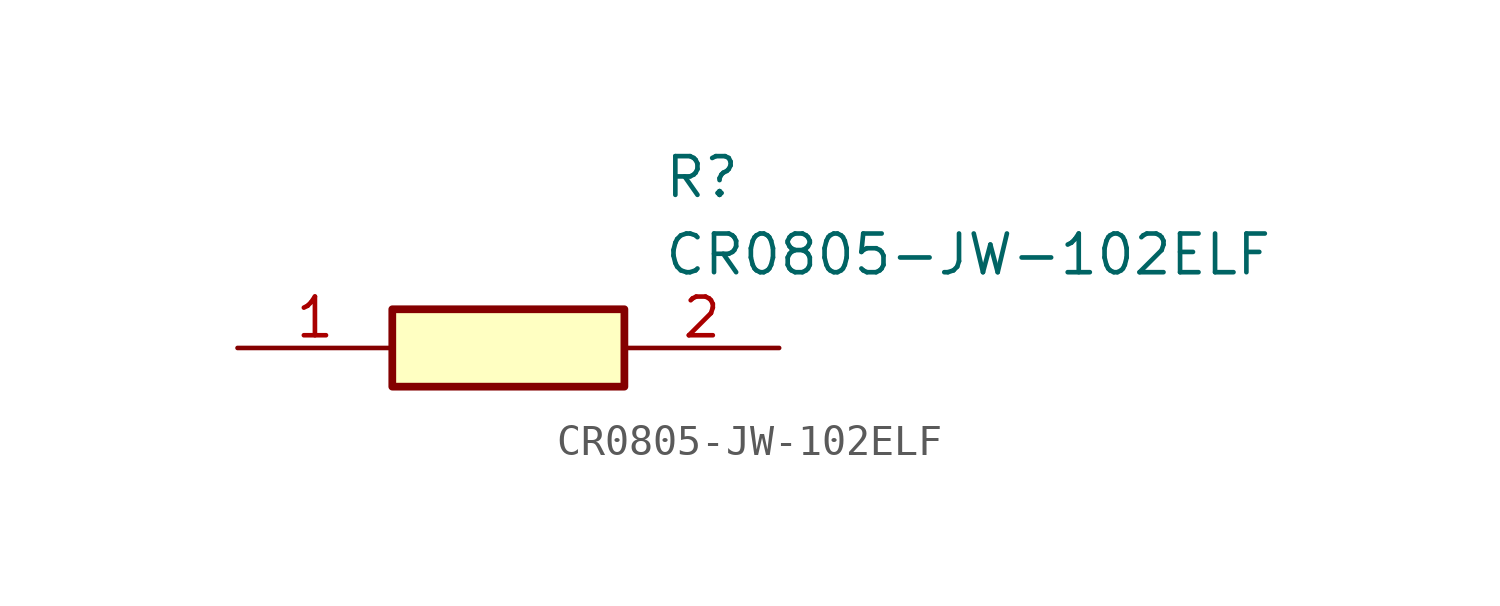
<source format=kicad_sym>
(kicad_symbol_lib
  (version 20211014)
  (generator SamacSys_ECAD_Model)
  (symbol "CR0805-JW-102ELF"
    (pin_names hide)
    (property "Reference" "R"
      (at 13.97 6.35 0)
      (effects (font (size 1.27 1.27)) (justify left top)))
    (property "Value" "CR0805-JW-102ELF"
      (at 13.97 3.81 0)
      (effects (font (size 1.27 1.27)) (justify left top)))
    (rectangle
      (start 5.08 1.27)
      (end 12.7 -1.27)
      (stroke (width 0.254) (type default))
      (fill (type background)))
    (pin passive line
      (at 0 0 0)
      (length 5.08)
      (name "1" (effects (font (size 1.27 1.27))))
      (number "1" (effects (font (size 1.27 1.27)))))
    (pin passive line
      (at 17.78 0 180)
      (length 5.08)
      (name "2" (effects (font (size 1.27 1.27))))
      (number "2" (effects (font (size 1.27 1.27)))))))
</source>
